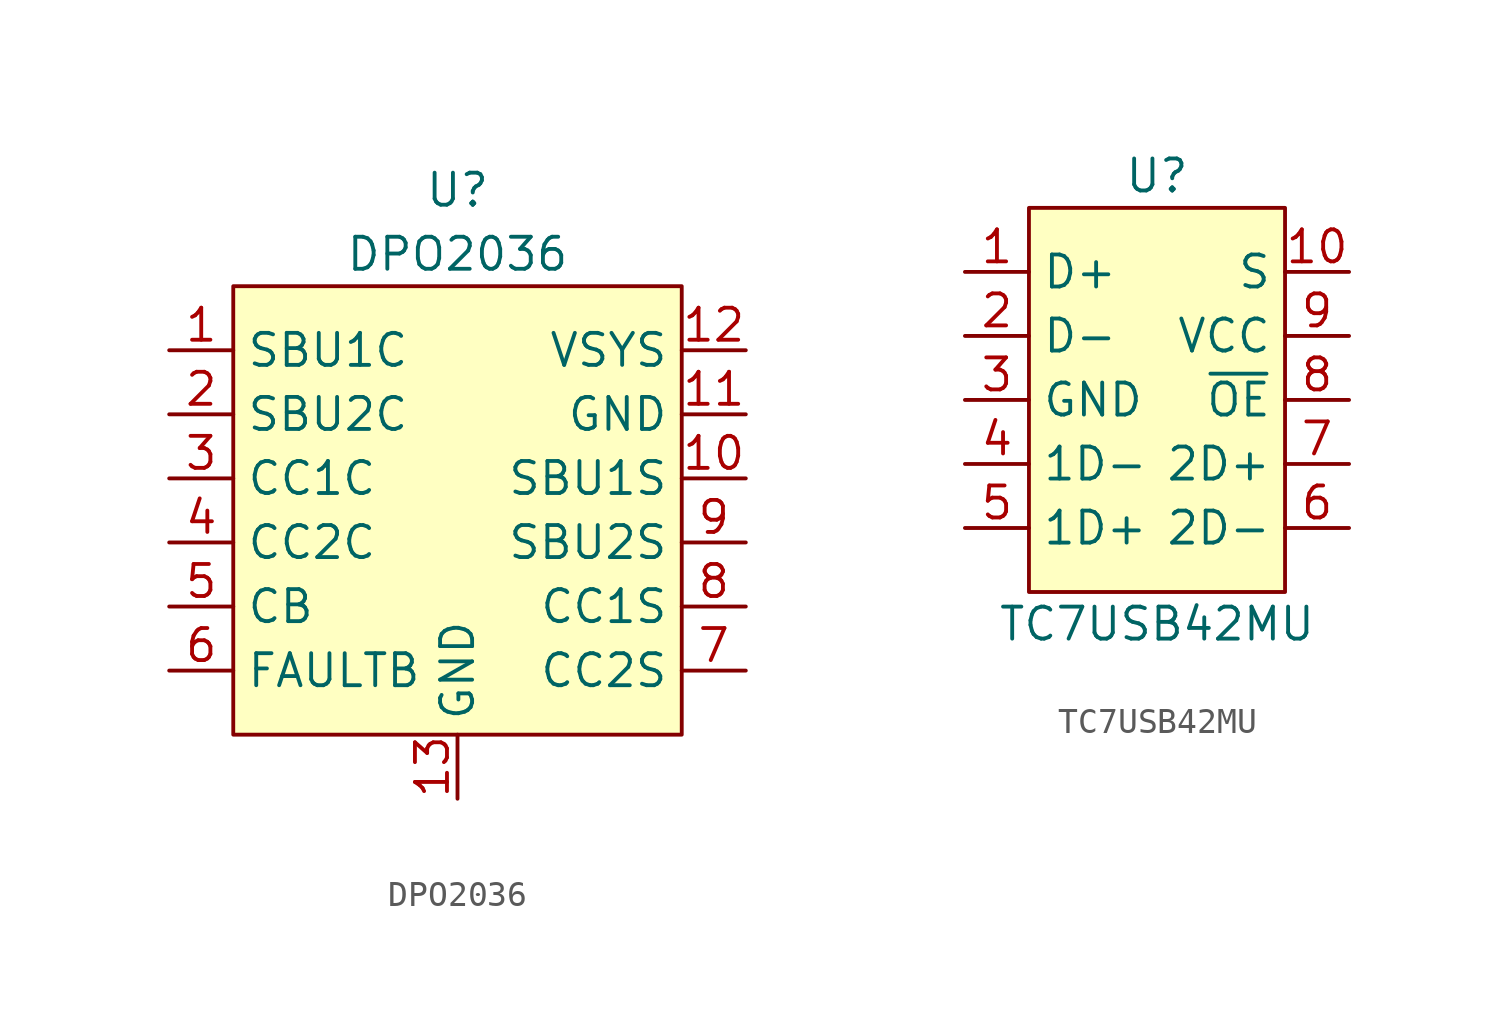
<source format=kicad_sym>
(kicad_symbol_lib
  (version 20220914)
  (generator kicad_symbol_editor)
  (symbol "DPO2036"
    (property "Reference" "U"
      (at 0 12.7 0)
      (effects (font (size 1.27 1.27))))
    (property "Value" "DPO2036"
      (at 0 10.16 0)
      (effects (font (size 1.27 1.27))))
    (symbol "DPO2036_0_1"
      (rectangle (start -8.89 8.89) (end 8.89 -8.89) (stroke (width 0.152) (type default)) (fill (type background))))
    (symbol "DPO2036_1_1"
      (pin bidirectional line (at -11.43 6.35 0) (length 2.54) (name "SBU1C" (effects (font (size 1.27 1.27)))) (number "1" (effects (font (size 1.27 1.27)))))
      (pin bidirectional line (at 11.43 1.27 180) (length 2.54) (name "SBU1S" (effects (font (size 1.27 1.27)))) (number "10" (effects (font (size 1.27 1.27)))))
      (pin power_in line (at 11.43 3.81 180) (length 2.54) (name "GND" (effects (font (size 1.27 1.27)))) (number "11" (effects (font (size 1.27 1.27)))))
      (pin power_in line (at 11.43 6.35 180) (length 2.54) (name "VSYS" (effects (font (size 1.27 1.27)))) (number "12" (effects (font (size 1.27 1.27)))))
      (pin power_in line (at 0 -11.43 90) (length 2.54) (name "GND" (effects (font (size 1.27 1.27)))) (number "13" (effects (font (size 1.27 1.27)))))
      (pin bidirectional line (at -11.43 3.81 0) (length 2.54) (name "SBU2C" (effects (font (size 1.27 1.27)))) (number "2" (effects (font (size 1.27 1.27)))))
      (pin bidirectional line (at -11.43 1.27 0) (length 2.54) (name "CC1C" (effects (font (size 1.27 1.27)))) (number "3" (effects (font (size 1.27 1.27)))))
      (pin bidirectional line (at -11.43 -1.27 0) (length 2.54) (name "CC2C" (effects (font (size 1.27 1.27)))) (number "4" (effects (font (size 1.27 1.27)))))
      (pin passive line (at -11.43 -3.81 0) (length 2.54) (name "CB" (effects (font (size 1.27 1.27)))) (number "5" (effects (font (size 1.27 1.27)))))
      (pin open_collector line (at -11.43 -6.35 0) (length 2.54) (name "FAULTB" (effects (font (size 1.27 1.27)))) (number "6" (effects (font (size 1.27 1.27)))))
      (pin bidirectional line (at 11.43 -6.35 180) (length 2.54) (name "CC2S" (effects (font (size 1.27 1.27)))) (number "7" (effects (font (size 1.27 1.27)))))
      (pin bidirectional line (at 11.43 -3.81 180) (length 2.54) (name "CC1S" (effects (font (size 1.27 1.27)))) (number "8" (effects (font (size 1.27 1.27)))))
      (pin bidirectional line (at 11.43 -1.27 180) (length 2.54) (name "SBU2S" (effects (font (size 1.27 1.27)))) (number "9" (effects (font (size 1.27 1.27)))))))
  (symbol "TC7USB42MU"
    (property "Reference" "U"
      (at 0 8.89 0)
      (effects (font (size 1.27 1.27))))
    (property "Value" "TC7USB42MU"
      (at 0 -8.89 0)
      (effects (font (size 1.27 1.27))))
    (symbol "TC7USB42MU_0_1"
      (rectangle (start -5.08 7.62) (end 5.08 -7.62) (stroke (width 0.152) (type default)) (fill (type background))))
    (symbol "TC7USB42MU_1_1"
      (pin bidirectional line (at -7.62 5.08 0) (length 2.54) (name "D+" (effects (font (size 1.27 1.27)))) (number "1" (effects (font (size 1.27 1.27)))))
      (pin input line (at 7.62 5.08 180) (length 2.54) (name "S" (effects (font (size 1.27 1.27)))) (number "10" (effects (font (size 1.27 1.27)))))
      (pin bidirectional line (at -7.62 2.54 0) (length 2.54) (name "D-" (effects (font (size 1.27 1.27)))) (number "2" (effects (font (size 1.27 1.27)))))
      (pin power_in line (at -7.62 0 0) (length 2.54) (name "GND" (effects (font (size 1.27 1.27)))) (number "3" (effects (font (size 1.27 1.27)))))
      (pin bidirectional line (at -7.62 -2.54 0) (length 2.54) (name "1D-" (effects (font (size 1.27 1.27)))) (number "4" (effects (font (size 1.27 1.27)))))
      (pin bidirectional line (at -7.62 -5.08 0) (length 2.54) (name "1D+" (effects (font (size 1.27 1.27)))) (number "5" (effects (font (size 1.27 1.27)))))
      (pin bidirectional line (at 7.62 -5.08 180) (length 2.54) (name "2D-" (effects (font (size 1.27 1.27)))) (number "6" (effects (font (size 1.27 1.27)))))
      (pin bidirectional line (at 7.62 -2.54 180) (length 2.54) (name "2D+" (effects (font (size 1.27 1.27)))) (number "7" (effects (font (size 1.27 1.27)))))
      (pin input line (at 7.62 0 180) (length 2.54) (name "~{OE}" (effects (font (size 1.27 1.27)))) (number "8" (effects (font (size 1.27 1.27)))))
      (pin power_in line (at 7.62 2.54 180) (length 2.54) (name "VCC" (effects (font (size 1.27 1.27)))) (number "9" (effects (font (size 1.27 1.27))))))))
</source>
